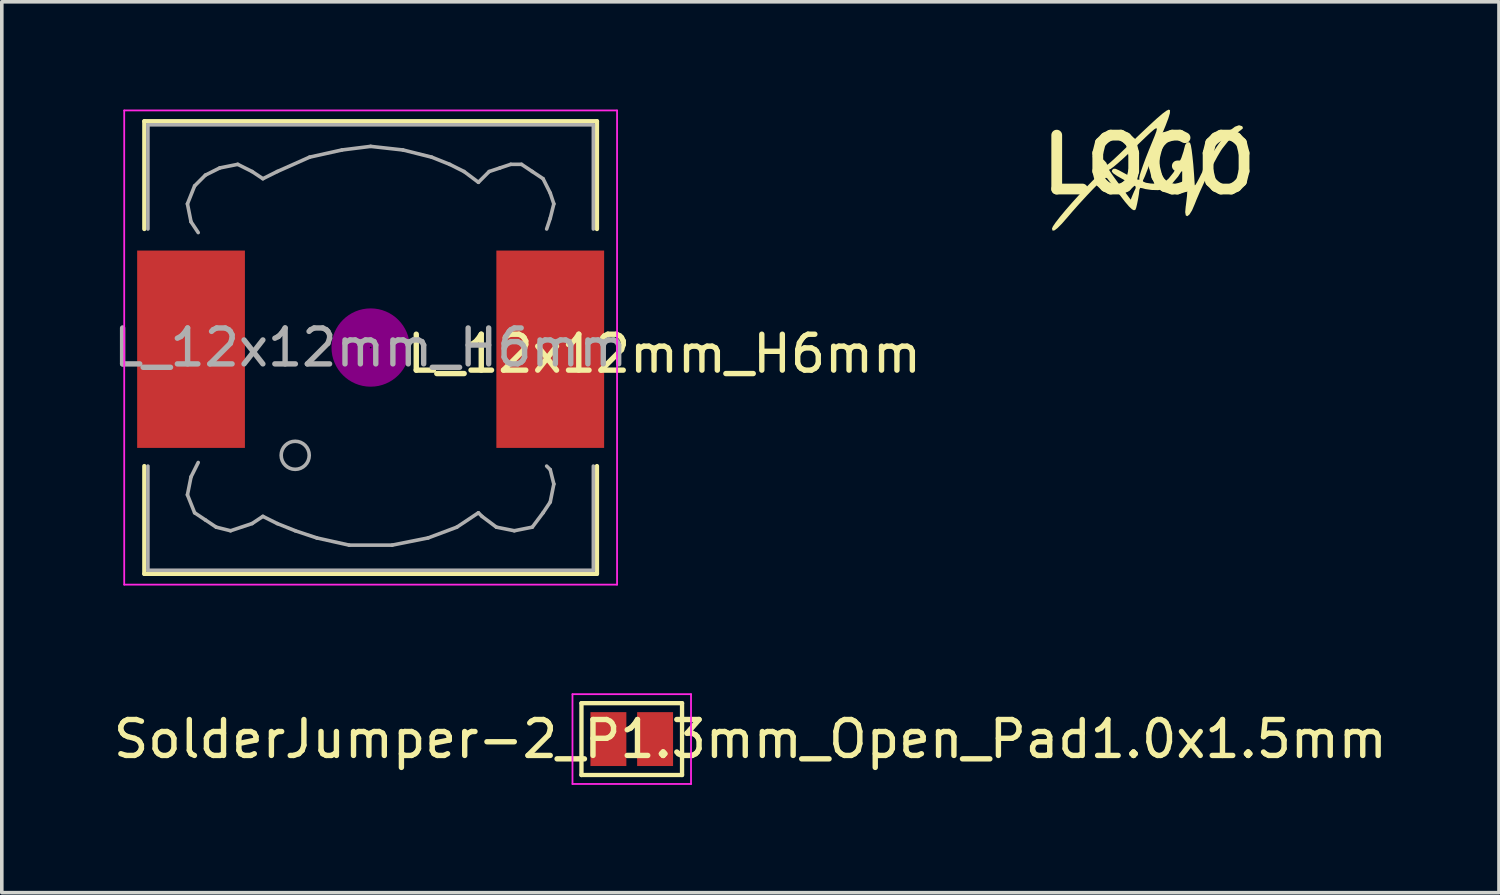
<source format=kicad_pcb>
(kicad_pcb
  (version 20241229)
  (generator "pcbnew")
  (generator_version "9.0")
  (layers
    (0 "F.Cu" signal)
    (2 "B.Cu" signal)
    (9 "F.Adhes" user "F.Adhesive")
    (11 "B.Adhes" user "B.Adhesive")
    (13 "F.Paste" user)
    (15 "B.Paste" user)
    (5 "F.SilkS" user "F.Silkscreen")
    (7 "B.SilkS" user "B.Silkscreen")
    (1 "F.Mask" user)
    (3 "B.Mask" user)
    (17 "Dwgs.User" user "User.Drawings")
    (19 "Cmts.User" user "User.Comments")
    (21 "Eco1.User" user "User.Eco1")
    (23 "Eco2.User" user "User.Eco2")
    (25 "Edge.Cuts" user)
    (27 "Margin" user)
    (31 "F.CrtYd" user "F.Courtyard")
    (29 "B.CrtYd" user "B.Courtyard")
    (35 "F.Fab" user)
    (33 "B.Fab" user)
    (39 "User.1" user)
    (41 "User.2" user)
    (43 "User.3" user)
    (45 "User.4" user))
  (footprint "LOGO"
    (layer "F.Cu")
    (at 28.939 1.534)
    (property "Reference" "LOGO" (at 0 0 0) (layer "F.SilkS") (effects (font (size 1.5 1.5) (thickness 0.3))))
    (attr board_only exclude_from_pos_files exclude_from_bom)
    (fp_poly (pts (xy 0.583 -1.513) (xy 0.579 -1.434) (xy 0.537 -1.293) (xy 0.459 -1.087) (xy 0.345 -0.811) (xy 0.319 -0.749) (xy 0.217 -0.507) (xy 0.121 -0.275) (xy 0.038 -0.072) (xy -0.026 0.088) (xy -0.063 0.184) (xy -0.111 0.309) (xy -0.154 0.405) (xy -0.172 0.435) (xy -0.164 0.473) (xy -0.086 0.504) (xy 0.049 0.525) (xy 0.226 0.533) (xy 0.344 0.522) (xy 0.436 0.481) (xy 0.538 0.391) (xy 0.55 0.379) (xy 0.677 0.221) (xy 0.798 0.022) (xy 0.898 -0.188) (xy 0.961 -0.378) (xy 0.969 -0.417) (xy 1.005 -0.551) (xy 1.057 -0.622) (xy 1.116 -0.623) (xy 1.143 -0.599) (xy 1.163 -0.538) (xy 1.185 -0.409) (xy 1.208 -0.224) (xy 1.231 0.004) (xy 1.251 0.261) (xy 1.269 0.535) (xy 1.271 0.574) (xy 1.288 0.566) (xy 1.332 0.495) (xy 1.395 0.376) (xy 1.45 0.264) (xy 1.611 -0.053) (xy 1.777 -0.339) (xy 1.944 -0.589) (xy 2.105 -0.796) (xy 2.255 -0.954) (xy 2.39 -1.057) (xy 2.503 -1.098) (xy 2.588 -1.072) (xy 2.595 -1.065) (xy 2.615 -1.016) (xy 2.564 -0.969) (xy 2.387 -0.837) (xy 2.203 -0.655) (xy 2.038 -0.449) (xy 2.001 -0.394) (xy 1.904 -0.232) (xy 1.787 -0.015) (xy 1.66 0.235) (xy 1.532 0.497) (xy 1.415 0.752) (xy 1.319 0.976) (xy 1.272 1.095) (xy 1.195 1.274) (xy 1.123 1.388) (xy 1.063 1.435) (xy 1.021 1.413) (xy 1.005 1.322) (xy 1.019 1.16) (xy 1.022 1.145) (xy 1.055 0.872) (xy 1.073 0.546) (xy 1.073 0.195) (xy 1.072 0.143) (xy 1.064 -0.102) (xy 0.94 0.123) (xy 0.808 0.329) (xy 0.661 0.503) (xy 0.514 0.629) (xy 0.39 0.691) (xy 0.246 0.709) (xy 0.067 0.704) (xy -0.104 0.679) (xy -0.181 0.657) (xy -0.247 0.646) (xy -0.27 0.696) (xy -0.272 0.712) (xy -0.284 0.822) (xy -0.307 0.958) (xy -0.334 1.093) (xy -0.36 1.201) (xy -0.381 1.255) (xy -0.381 1.255) (xy -0.421 1.27) (xy -0.477 1.242) (xy -0.557 1.166) (xy -0.669 1.035) (xy -0.818 0.842) (xy -0.824 0.834) (xy -0.944 0.674) (xy -1.05 0.535) (xy -1.128 0.431) (xy -1.169 0.377) (xy -1.169 0.377) (xy -1.2 0.365) (xy -1.253 0.39) (xy -1.338 0.459) (xy -1.462 0.579) (xy -1.565 0.683) (xy -1.744 0.872) (xy -1.946 1.092) (xy -2.141 1.312) (xy -2.254 1.444) (xy -2.424 1.639) (xy -2.551 1.767) (xy -2.638 1.832) (xy -2.688 1.836) (xy -2.704 1.78) (xy -2.677 1.718) (xy -2.6 1.606) (xy -2.481 1.453) (xy -2.328 1.269) (xy -2.148 1.062) (xy -1.949 0.842) (xy -1.738 0.618) (xy -1.727 0.606) (xy -1.569 0.443) (xy -1.456 0.334) (xy -1.378 0.27) (xy -1.326 0.244) (xy -1.289 0.247) (xy -1.276 0.256) (xy -1.268 0.251) (xy -1.304 0.194) (xy -1.344 0.139) (xy -1.113 0.139) (xy -1.106 0.16) (xy -1.058 0.234) (xy -0.975 0.352) (xy -0.865 0.502) (xy -0.834 0.544) (xy -0.512 0.975) (xy -0.46 0.846) (xy -0.414 0.738) (xy -0.375 0.658) (xy -0.375 0.657) (xy -0.374 0.611) (xy -0.432 0.56) (xy -0.531 0.509) (xy -0.689 0.429) (xy -0.852 0.337) (xy -0.896 0.311) (xy -0.998 0.24) (xy -1.038 0.191) (xy -1.028 0.148) (xy -1.022 0.14) (xy -0.984 0.112) (xy -0.929 0.116) (xy -0.837 0.158) (xy -0.758 0.201) (xy -0.613 0.28) (xy -0.47 0.35) (xy -0.4 0.382) (xy -0.308 0.418) (xy -0.271 0.418) (xy -0.272 0.381) (xy -0.274 0.373) (xy -0.265 0.314) (xy -0.229 0.193) (xy -0.17 0.023) (xy -0.094 -0.183) (xy -0.006 -0.406) (xy 0.086 -0.631) (xy 0.157 -0.804) (xy 0.202 -0.927) (xy 0.217 -0.997) (xy 0.198 -1.016) (xy 0.14 -0.981) (xy 0.039 -0.894) (xy -0.111 -0.753) (xy -0.314 -0.558) (xy -0.525 -0.356) (xy -0.699 -0.192) (xy -0.856 -0.052) (xy -0.983 0.055) (xy -1.073 0.122) (xy -1.113 0.139) (xy -1.344 0.139) (xy -1.377 0.095) (xy -1.408 0.054) (xy -1.522 -0.107) (xy -1.572 -0.217) (xy -1.559 -0.275) (xy -1.514 -0.287) (xy -1.442 -0.262) (xy -1.349 -0.202) (xy -1.257 -0.125) (xy -1.189 -0.051) (xy -1.17 0) (xy -1.148 -0.008) (xy -1.077 -0.065) (xy -0.965 -0.166) (xy -0.821 -0.301) (xy -0.653 -0.463) (xy -0.645 -0.471) (xy -0.444 -0.666) (xy -0.237 -0.864) (xy -0.04 -1.05) (xy 0.128 -1.206) (xy 0.217 -1.287) (xy 0.368 -1.417) (xy 0.479 -1.5) (xy 0.55 -1.534)) (stroke (width 0) (type solid)) (fill yes) (layer "F.SilkS")))
  (footprint "SolderJumper-2_P1.3mm_Open_Pad1.0x1.5mm"
    (layer "F.Cu")
    (at 14.537 17.525)
    (property "Reference" "SolderJumper-2_P1.3mm_Open_Pad1.0x1.5mm" (at 3.302 0 0) (layer "F.SilkS") (effects (font (size 1 1) (thickness 0.15))))
    (attr exclude_from_pos_files)
    (fp_line (start -1.4 -1) (end 1.4 -1) (stroke (width 0.12) (type solid)) (layer "F.SilkS"))
    (fp_line (start -1.4 1) (end -1.4 -1) (stroke (width 0.12) (type solid)) (layer "F.SilkS"))
    (fp_line (start 1.4 -1) (end 1.4 1) (stroke (width 0.12) (type solid)) (layer "F.SilkS"))
    (fp_line (start 1.4 1) (end -1.4 1) (stroke (width 0.12) (type solid)) (layer "F.SilkS"))
    (fp_line (start -1.65 -1.25) (end -1.65 1.25) (stroke (width 0.05) (type solid)) (layer "F.CrtYd"))
    (fp_line (start -1.65 -1.25) (end 1.65 -1.25) (stroke (width 0.05) (type solid)) (layer "F.CrtYd"))
    (fp_line (start 1.65 1.25) (end -1.65 1.25) (stroke (width 0.05) (type solid)) (layer "F.CrtYd"))
    (fp_line (start 1.65 1.25) (end 1.65 -1.25) (stroke (width 0.05) (type solid)) (layer "F.CrtYd"))
    (pad "1" smd rect (at -0.65 0) (size 1 1.5) (layers "F.Cu" "F.Mask"))
    (pad "2" smd rect (at 0.65 0) (size 1 1.5) (layers "F.Cu" "F.Mask")))
  (footprint "L_12x12mm_H6mm"
    (layer "F.Cu")
    (at 7.268 6.625)
    (property "Reference" "L_12x12mm_H6mm" (at 8.175 0.174 0) (layer "F.SilkS") (effects (font (size 1 1) (thickness 0.15))))
    (attr smd)
    (fp_line (start -6.3 -6.3) (end 6.3 -6.3) (stroke (width 0.12) (type solid)) (layer "F.SilkS"))
    (fp_line (start -6.3 -3.3) (end -6.3 -6.3) (stroke (width 0.12) (type solid)) (layer "F.SilkS"))
    (fp_line (start -6.3 6.3) (end -6.3 3.3) (stroke (width 0.12) (type solid)) (layer "F.SilkS"))
    (fp_line (start 6.3 -6.3) (end 6.3 -3.3) (stroke (width 0.12) (type solid)) (layer "F.SilkS"))
    (fp_line (start 6.3 3.3) (end 6.3 6.3) (stroke (width 0.12) (type solid)) (layer "F.SilkS"))
    (fp_line (start 6.3 6.3) (end -6.3 6.3) (stroke (width 0.12) (type solid)) (layer "F.SilkS"))
    (fp_circle (center 0 0) (end 0.15 0.15) (stroke (width 0.38) (type solid)) (fill no) (layer "F.Adhes"))
    (fp_circle (center 0 0) (end 0.55 0) (stroke (width 0.38) (type solid)) (fill no) (layer "F.Adhes"))
    (fp_circle (center 0 0) (end 0.9 0) (stroke (width 0.38) (type solid)) (fill no) (layer "F.Adhes"))
    (fp_line (start -6.86 -6.6) (end 6.86 -6.6) (stroke (width 0.05) (type solid)) (layer "F.CrtYd"))
    (fp_line (start -6.86 6.6) (end -6.86 -6.6) (stroke (width 0.05) (type solid)) (layer "F.CrtYd"))
    (fp_line (start 6.86 -6.6) (end 6.86 6.6) (stroke (width 0.05) (type solid)) (layer "F.CrtYd"))
    (fp_line (start 6.86 6.6) (end -6.86 6.6) (stroke (width 0.05) (type solid)) (layer "F.CrtYd"))
    (fp_line (start -6.2 -6.2) (end -6.2 -3.3) (stroke (width 0.1) (type solid)) (layer "F.Fab"))
    (fp_line (start -6.2 3.3) (end -6.2 6.2) (stroke (width 0.1) (type solid)) (layer "F.Fab"))
    (fp_line (start -6.2 6.2) (end 6.2 6.2) (stroke (width 0.1) (type solid)) (layer "F.Fab"))
    (fp_line (start -5.1 -4) (end -5 -3.5) (stroke (width 0.1) (type solid)) (layer "F.Fab"))
    (fp_line (start -5.1 4.1) (end -5 3.6) (stroke (width 0.1) (type solid)) (layer "F.Fab"))
    (fp_line (start -5 -3.5) (end -4.8 -3.2) (stroke (width 0.1) (type solid)) (layer "F.Fab"))
    (fp_line (start -5 3.6) (end -4.8 3.2) (stroke (width 0.1) (type solid)) (layer "F.Fab"))
    (fp_line (start -4.9 -4.5) (end -5.1 -4) (stroke (width 0.1) (type solid)) (layer "F.Fab"))
    (fp_line (start -4.9 4.6) (end -5.1 4.1) (stroke (width 0.1) (type solid)) (layer "F.Fab"))
    (fp_line (start -4.6 -4.8) (end -4.9 -4.5) (stroke (width 0.1) (type solid)) (layer "F.Fab"))
    (fp_line (start -4.6 4.8) (end -4.9 4.6) (stroke (width 0.1) (type solid)) (layer "F.Fab"))
    (fp_line (start -4.3 5) (end -4.6 4.8) (stroke (width 0.1) (type solid)) (layer "F.Fab"))
    (fp_line (start -4.2 -5) (end -4.6 -4.8) (stroke (width 0.1) (type solid)) (layer "F.Fab"))
    (fp_line (start -3.9 5.1) (end -4.3 5) (stroke (width 0.1) (type solid)) (layer "F.Fab"))
    (fp_line (start -3.7 -5.1) (end -4.2 -5) (stroke (width 0.1) (type solid)) (layer "F.Fab"))
    (fp_line (start -3.3 -4.9) (end -3.7 -5.1) (stroke (width 0.1) (type solid)) (layer "F.Fab"))
    (fp_line (start -3.3 4.9) (end -3.9 5.1) (stroke (width 0.1) (type solid)) (layer "F.Fab"))
    (fp_line (start -3 -4.7) (end -3.3 -4.9) (stroke (width 0.1) (type solid)) (layer "F.Fab"))
    (fp_line (start -3 4.7) (end -3.3 4.9) (stroke (width 0.1) (type solid)) (layer "F.Fab"))
    (fp_line (start -2.6 -4.9) (end -3 -4.7) (stroke (width 0.1) (type solid)) (layer "F.Fab"))
    (fp_line (start -2.6 4.9) (end -3 4.7) (stroke (width 0.1) (type solid)) (layer "F.Fab"))
    (fp_line (start -2.1 5.1) (end -2.6 4.9) (stroke (width 0.1) (type solid)) (layer "F.Fab"))
    (fp_line (start -1.7 -5.3) (end -2.6 -4.9) (stroke (width 0.1) (type solid)) (layer "F.Fab"))
    (fp_line (start -1.5 5.3) (end -2.1 5.1) (stroke (width 0.1) (type solid)) (layer "F.Fab"))
    (fp_line (start -0.8 -5.5) (end -1.7 -5.3) (stroke (width 0.1) (type solid)) (layer "F.Fab"))
    (fp_line (start -0.6 5.5) (end -1.5 5.3) (stroke (width 0.1) (type solid)) (layer "F.Fab"))
    (fp_line (start 0 -5.6) (end -0.8 -5.5) (stroke (width 0.1) (type solid)) (layer "F.Fab"))
    (fp_line (start 0.6 5.5) (end -0.6 5.5) (stroke (width 0.1) (type solid)) (layer "F.Fab"))
    (fp_line (start 0.9 -5.5) (end 0 -5.6) (stroke (width 0.1) (type solid)) (layer "F.Fab"))
    (fp_line (start 1.6 5.3) (end 0.6 5.5) (stroke (width 0.1) (type solid)) (layer "F.Fab"))
    (fp_line (start 1.7 -5.3) (end 0.9 -5.5) (stroke (width 0.1) (type solid)) (layer "F.Fab"))
    (fp_line (start 2.2 -5.1) (end 1.7 -5.3) (stroke (width 0.1) (type solid)) (layer "F.Fab"))
    (fp_line (start 2.4 5) (end 1.6 5.3) (stroke (width 0.1) (type solid)) (layer "F.Fab"))
    (fp_line (start 2.6 -4.9) (end 2.2 -5.1) (stroke (width 0.1) (type solid)) (layer "F.Fab"))
    (fp_line (start 3 -4.6) (end 2.6 -4.9) (stroke (width 0.1) (type solid)) (layer "F.Fab"))
    (fp_line (start 3 4.6) (end 2.4 5) (stroke (width 0.1) (type solid)) (layer "F.Fab"))
    (fp_line (start 3.1 4.7) (end 3 4.6) (stroke (width 0.1) (type solid)) (layer "F.Fab"))
    (fp_line (start 3.3 -4.9) (end 3 -4.6) (stroke (width 0.1) (type solid)) (layer "F.Fab"))
    (fp_line (start 3.5 5) (end 3.1 4.7) (stroke (width 0.1) (type solid)) (layer "F.Fab"))
    (fp_line (start 3.6 -5) (end 3.3 -4.9) (stroke (width 0.1) (type solid)) (layer "F.Fab"))
    (fp_line (start 3.9 -5.1) (end 3.6 -5) (stroke (width 0.1) (type solid)) (layer "F.Fab"))
    (fp_line (start 4 5.1) (end 3.5 5) (stroke (width 0.1) (type solid)) (layer "F.Fab"))
    (fp_line (start 4.2 -5.1) (end 3.9 -5.1) (stroke (width 0.1) (type solid)) (layer "F.Fab"))
    (fp_line (start 4.5 -4.9) (end 4.2 -5.1) (stroke (width 0.1) (type solid)) (layer "F.Fab"))
    (fp_line (start 4.5 5) (end 4 5.1) (stroke (width 0.1) (type solid)) (layer "F.Fab"))
    (fp_line (start 4.8 -4.7) (end 4.5 -4.9) (stroke (width 0.1) (type solid)) (layer "F.Fab"))
    (fp_line (start 4.8 4.6) (end 4.5 5) (stroke (width 0.1) (type solid)) (layer "F.Fab"))
    (fp_line (start 4.9 -3.3) (end 5 -3.6) (stroke (width 0.1) (type solid)) (layer "F.Fab"))
    (fp_line (start 4.9 3.3) (end 5 3.4) (stroke (width 0.1) (type solid)) (layer "F.Fab"))
    (fp_line (start 5 -4.3) (end 4.8 -4.7) (stroke (width 0.1) (type solid)) (layer "F.Fab"))
    (fp_line (start 5 -3.6) (end 5.1 -4) (stroke (width 0.1) (type solid)) (layer "F.Fab"))
    (fp_line (start 5 3.4) (end 5.1 3.8) (stroke (width 0.1) (type solid)) (layer "F.Fab"))
    (fp_line (start 5 4.3) (end 4.8 4.6) (stroke (width 0.1) (type solid)) (layer "F.Fab"))
    (fp_line (start 5.1 -4) (end 5 -4.3) (stroke (width 0.1) (type solid)) (layer "F.Fab"))
    (fp_line (start 5.1 3.8) (end 5 4.3) (stroke (width 0.1) (type solid)) (layer "F.Fab"))
    (fp_line (start 6.2 -6.2) (end -6.2 -6.2) (stroke (width 0.1) (type solid)) (layer "F.Fab"))
    (fp_line (start 6.2 -6.2) (end 6.2 -3.3) (stroke (width 0.1) (type solid)) (layer "F.Fab"))
    (fp_line (start 6.2 6.2) (end 6.2 3.3) (stroke (width 0.1) (type solid)) (layer "F.Fab"))
    (fp_circle (center -2.1 3) (end -1.8 3.25) (stroke (width 0.1) (type solid)) (fill no) (layer "F.Fab"))
    (fp_text user "${REFERENCE}" (at 0 0 0) (layer "F.Fab") (effects (font (size 1 1) (thickness 0.15))))
    (pad "1" smd rect (at -5 0.047) (size 3 5.494) (layers "F.Cu" "F.Mask" "F.Paste"))
    (pad "2" smd rect (at 5 0.047) (size 3 5.494) (layers "F.Cu" "F.Mask" "F.Paste")))
  (gr_rect
    (start -3 -3)
    (end 38.679 21.8)
    (stroke (width 0.1) (type default))
    (fill no)
    (layer "Edge.Cuts")))
</source>
